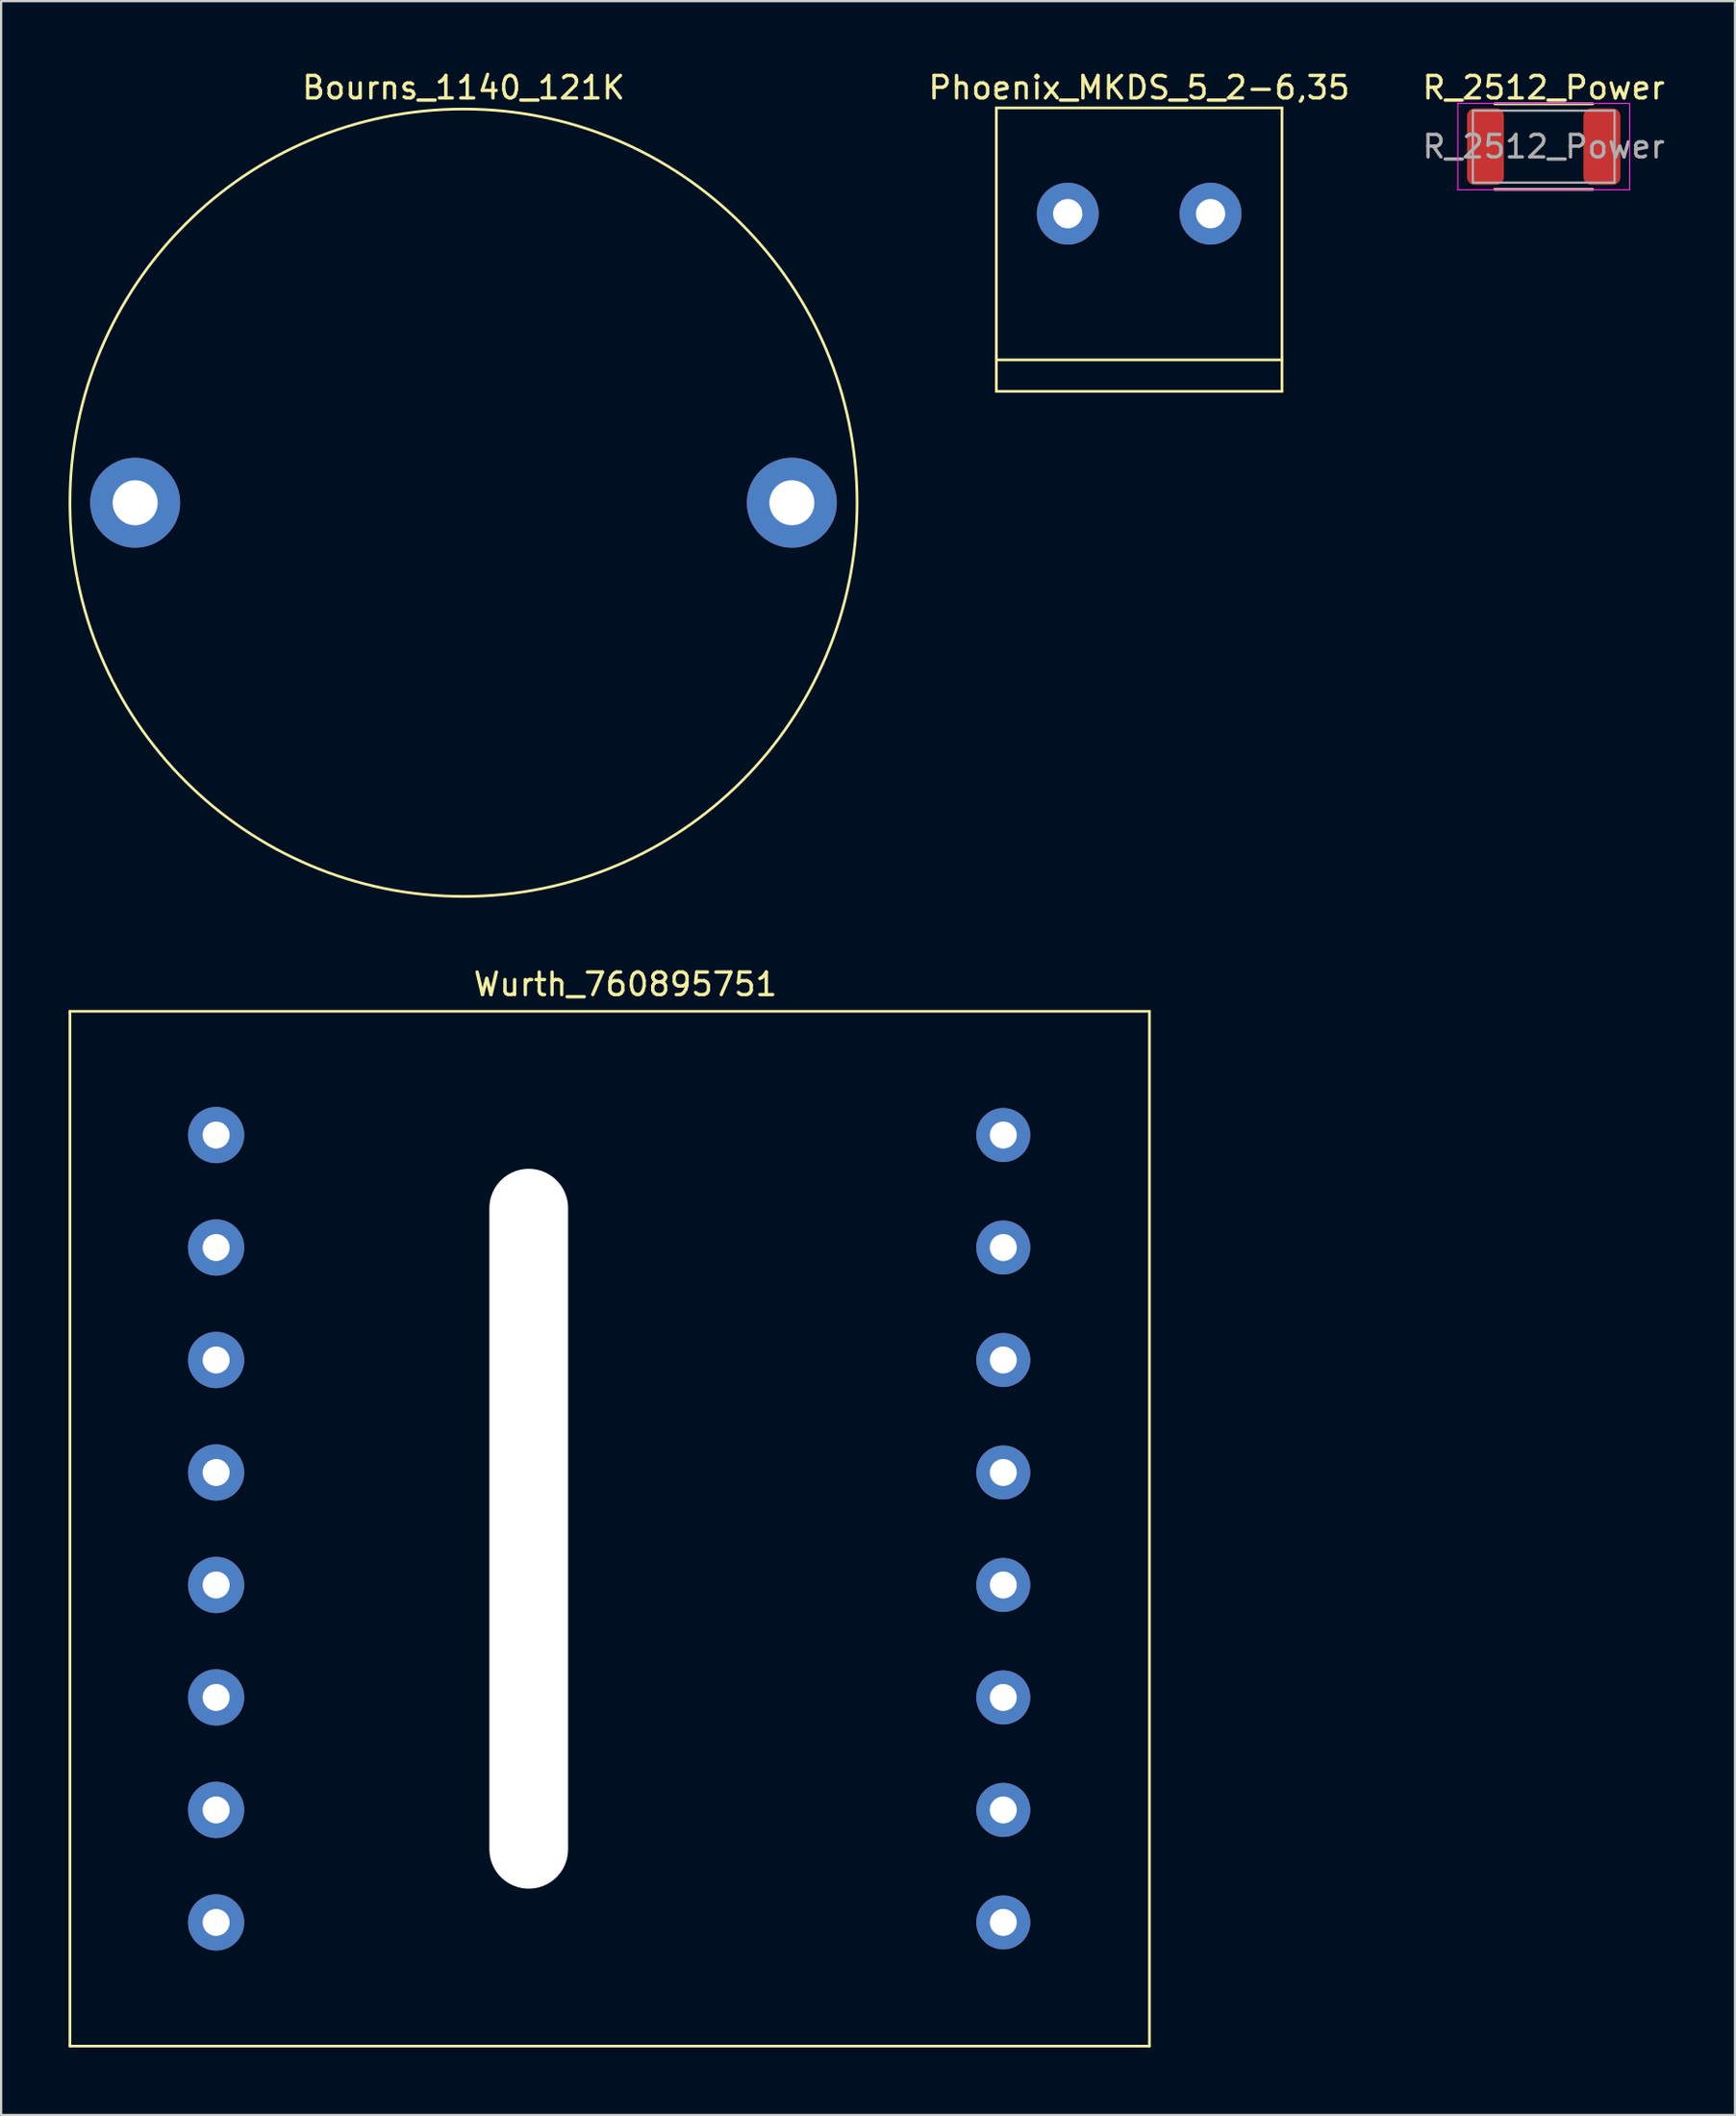
<source format=kicad_pcb>
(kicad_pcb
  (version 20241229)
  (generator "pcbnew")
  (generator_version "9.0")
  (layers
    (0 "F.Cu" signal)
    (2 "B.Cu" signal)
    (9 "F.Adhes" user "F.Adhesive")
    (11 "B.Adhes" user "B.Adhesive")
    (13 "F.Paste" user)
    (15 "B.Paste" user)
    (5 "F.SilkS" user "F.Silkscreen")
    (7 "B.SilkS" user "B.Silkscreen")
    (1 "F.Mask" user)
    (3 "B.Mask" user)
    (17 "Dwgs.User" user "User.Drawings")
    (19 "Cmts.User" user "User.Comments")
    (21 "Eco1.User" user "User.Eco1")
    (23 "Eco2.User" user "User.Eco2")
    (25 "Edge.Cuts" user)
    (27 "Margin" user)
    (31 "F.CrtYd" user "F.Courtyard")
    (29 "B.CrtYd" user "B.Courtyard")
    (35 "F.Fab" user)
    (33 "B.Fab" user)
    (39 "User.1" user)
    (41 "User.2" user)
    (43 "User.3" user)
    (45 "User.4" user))
  (footprint "Phoenix_MKDS_5_2-6,35"
    (layer "F.Cu")
    (at 47.602 6.448)
    (property "Reference" "Phoenix_MKDS_5_2-6,35" (at 0 -5.6 0) (layer "F.SilkS") (effects (font (size 1 1) (thickness 0.15))))
    (attr through_hole)
    (fp_line (start -6.35 -4.7) (end -6.35 7.9) (stroke (width 0.12) (type solid)) (layer "F.SilkS"))
    (fp_line (start -6.35 -4.7) (end 6.35 -4.7) (stroke (width 0.12) (type solid)) (layer "F.SilkS"))
    (fp_line (start -6.35 6.5) (end 6.35 6.5) (stroke (width 0.12) (type solid)) (layer "F.SilkS"))
    (fp_line (start -6.35 7.9) (end 6.35 7.9) (stroke (width 0.12) (type solid)) (layer "F.SilkS"))
    (fp_line (start 6.35 -4.7) (end 6.35 7.9) (stroke (width 0.12) (type solid)) (layer "F.SilkS"))
    (pad "1" thru_hole circle (at -3.175 0) (size 2.75 2.75) (drill 1.3) (layers "*.Cu" "*.Mask"))
    (pad "2" thru_hole circle (at 3.175 0 180) (size 2.75 2.75) (drill 1.3) (layers "*.Cu" "*.Mask")))
  (footprint "Bourns_1140_121K"
    (layer "F.Cu")
    (at 17.56 19.298)
    (property "Reference" "Bourns_1140_121K" (at 0 -18.45 0) (layer "F.SilkS") (effects (font (size 1 1) (thickness 0.15))))
    (attr through_hole)
    (fp_circle (center 0 0) (end 17.5 0) (stroke (width 0.12) (type solid)) (fill no) (layer "F.SilkS"))
    (pad "1" thru_hole circle (at -14.6 0) (size 4 4) (drill 2) (layers "*.Cu" "*.Mask"))
    (pad "2" thru_hole circle (at 14.6 0) (size 4 4) (drill 2) (layers "*.Cu" "*.Mask")))
  (footprint "R_2512_Power"
    (layer "F.Cu")
    (at 65.59 3.468)
    (property "Reference" "R_2512_Power" (at 0 -2.62 0) (layer "F.SilkS") (effects (font (size 1 1) (thickness 0.15))))
    (attr smd)
    (fp_line (start -2.177 -1.9) (end 2.177 -1.9) (stroke (width 0.12) (type solid)) (layer "F.SilkS"))
    (fp_line (start -2.177 1.9) (end 2.177 1.9) (stroke (width 0.12) (type solid)) (layer "F.SilkS"))
    (fp_line (start -3.82 -1.92) (end 3.82 -1.92) (stroke (width 0.05) (type solid)) (layer "F.CrtYd"))
    (fp_line (start -3.82 1.92) (end -3.82 -1.92) (stroke (width 0.05) (type solid)) (layer "F.CrtYd"))
    (fp_line (start 3.82 -1.92) (end 3.82 1.92) (stroke (width 0.05) (type solid)) (layer "F.CrtYd"))
    (fp_line (start 3.82 1.92) (end -3.82 1.92) (stroke (width 0.05) (type solid)) (layer "F.CrtYd"))
    (fp_line (start -3.15 -1.6) (end 3.15 -1.6) (stroke (width 0.1) (type solid)) (layer "F.Fab"))
    (fp_line (start -3.15 1.6) (end -3.15 -1.6) (stroke (width 0.1) (type solid)) (layer "F.Fab"))
    (fp_line (start 3.15 -1.6) (end 3.15 1.6) (stroke (width 0.1) (type solid)) (layer "F.Fab"))
    (fp_line (start 3.15 1.6) (end -3.15 1.6) (stroke (width 0.1) (type solid)) (layer "F.Fab"))
    (fp_text user "${REFERENCE}" (at 0 0 0) (layer "F.Fab") (effects (font (size 1 1) (thickness 0.15))))
    (pad "1" smd roundrect (at -2.59 0) (size 1.64 3.4) (layers "F.Cu" "F.Mask" "F.Paste") (roundrect_rratio 0.204))
    (pad "2" smd roundrect (at 2.59 0) (size 1.64 3.4) (layers "F.Cu" "F.Mask" "F.Paste") (roundrect_rratio 0.204)))
  (footprint "Wurth_760895751"
    (layer "F.Cu")
    (at 24.06 64.906)
    (property "Reference" "Wurth_760895751" (at 0.7 -24.2 0) (layer "F.SilkS") (effects (font (size 1 1) (thickness 0.15))))
    (attr through_hole)
    (fp_line (start -24 -23) (end 24 -23) (stroke (width 0.12) (type solid)) (layer "F.SilkS"))
    (fp_line (start -24 23) (end -24 -23) (stroke (width 0.12) (type solid)) (layer "F.SilkS"))
    (fp_line (start 24 -23) (end 24 23) (stroke (width 0.12) (type solid)) (layer "F.SilkS"))
    (fp_line (start 24 23) (end -24 23) (stroke (width 0.12) (type solid)) (layer "F.SilkS"))
    (pad "" np_thru_hole oval (at -3.6 0 180) (size 3.5 32) (drill oval 3.5 32) (layers "*.Cu" "*.Mask"))
    (pad "1" thru_hole circle (at -17.5 -17.5) (size 2.5 2.5) (drill 1.2) (layers "*.Cu" "*.Mask"))
    (pad "2" thru_hole circle (at -17.5 -12.5) (size 2.5 2.5) (drill 1.2) (layers "*.Cu" "*.Mask"))
    (pad "3" thru_hole circle (at -17.5 -7.5) (size 2.5 2.5) (drill 1.2) (layers "*.Cu" "*.Mask"))
    (pad "4" thru_hole circle (at -17.5 -2.5) (size 2.5 2.5) (drill 1.2) (layers "*.Cu" "*.Mask"))
    (pad "5" thru_hole circle (at -17.5 2.5 180) (size 2.5 2.5) (drill 1.2) (layers "*.Cu" "*.Mask"))
    (pad "6" thru_hole circle (at -17.5 7.5 180) (size 2.5 2.5) (drill 1.2) (layers "*.Cu" "*.Mask"))
    (pad "7" thru_hole circle (at -17.5 12.5 180) (size 2.5 2.5) (drill 1.2) (layers "*.Cu" "*.Mask"))
    (pad "8" thru_hole circle (at -17.5 17.5 180) (size 2.5 2.5) (drill 1.2) (layers "*.Cu" "*.Mask"))
    (pad "9" thru_hole circle (at 17.5 17.5 180) (size 2.4 2.4) (drill 1.2) (layers "*.Cu" "*.Mask"))
    (pad "10" thru_hole circle (at 17.5 12.5 180) (size 2.4 2.4) (drill 1.2) (layers "*.Cu" "*.Mask"))
    (pad "11" thru_hole circle (at 17.5 7.5 180) (size 2.4 2.4) (drill 1.2) (layers "*.Cu" "*.Mask"))
    (pad "12" thru_hole circle (at 17.5 2.5 180) (size 2.4 2.4) (drill 1.2) (layers "*.Cu" "*.Mask"))
    (pad "13" thru_hole circle (at 17.5 -2.5) (size 2.4 2.4) (drill 1.2) (layers "*.Cu" "*.Mask"))
    (pad "14" thru_hole circle (at 17.5 -7.5) (size 2.4 2.4) (drill 1.2) (layers "*.Cu" "*.Mask"))
    (pad "15" thru_hole circle (at 17.5 -12.5) (size 2.4 2.4) (drill 1.2) (layers "*.Cu" "*.Mask"))
    (pad "16" thru_hole circle (at 17.5 -17.5) (size 2.4 2.4) (drill 1.2) (layers "*.Cu" "*.Mask")))
  (gr_rect
    (start -3 -3)
    (end 74.096 90.966)
    (stroke (width 0.1) (type default))
    (fill no)
    (layer "Edge.Cuts")))
</source>
